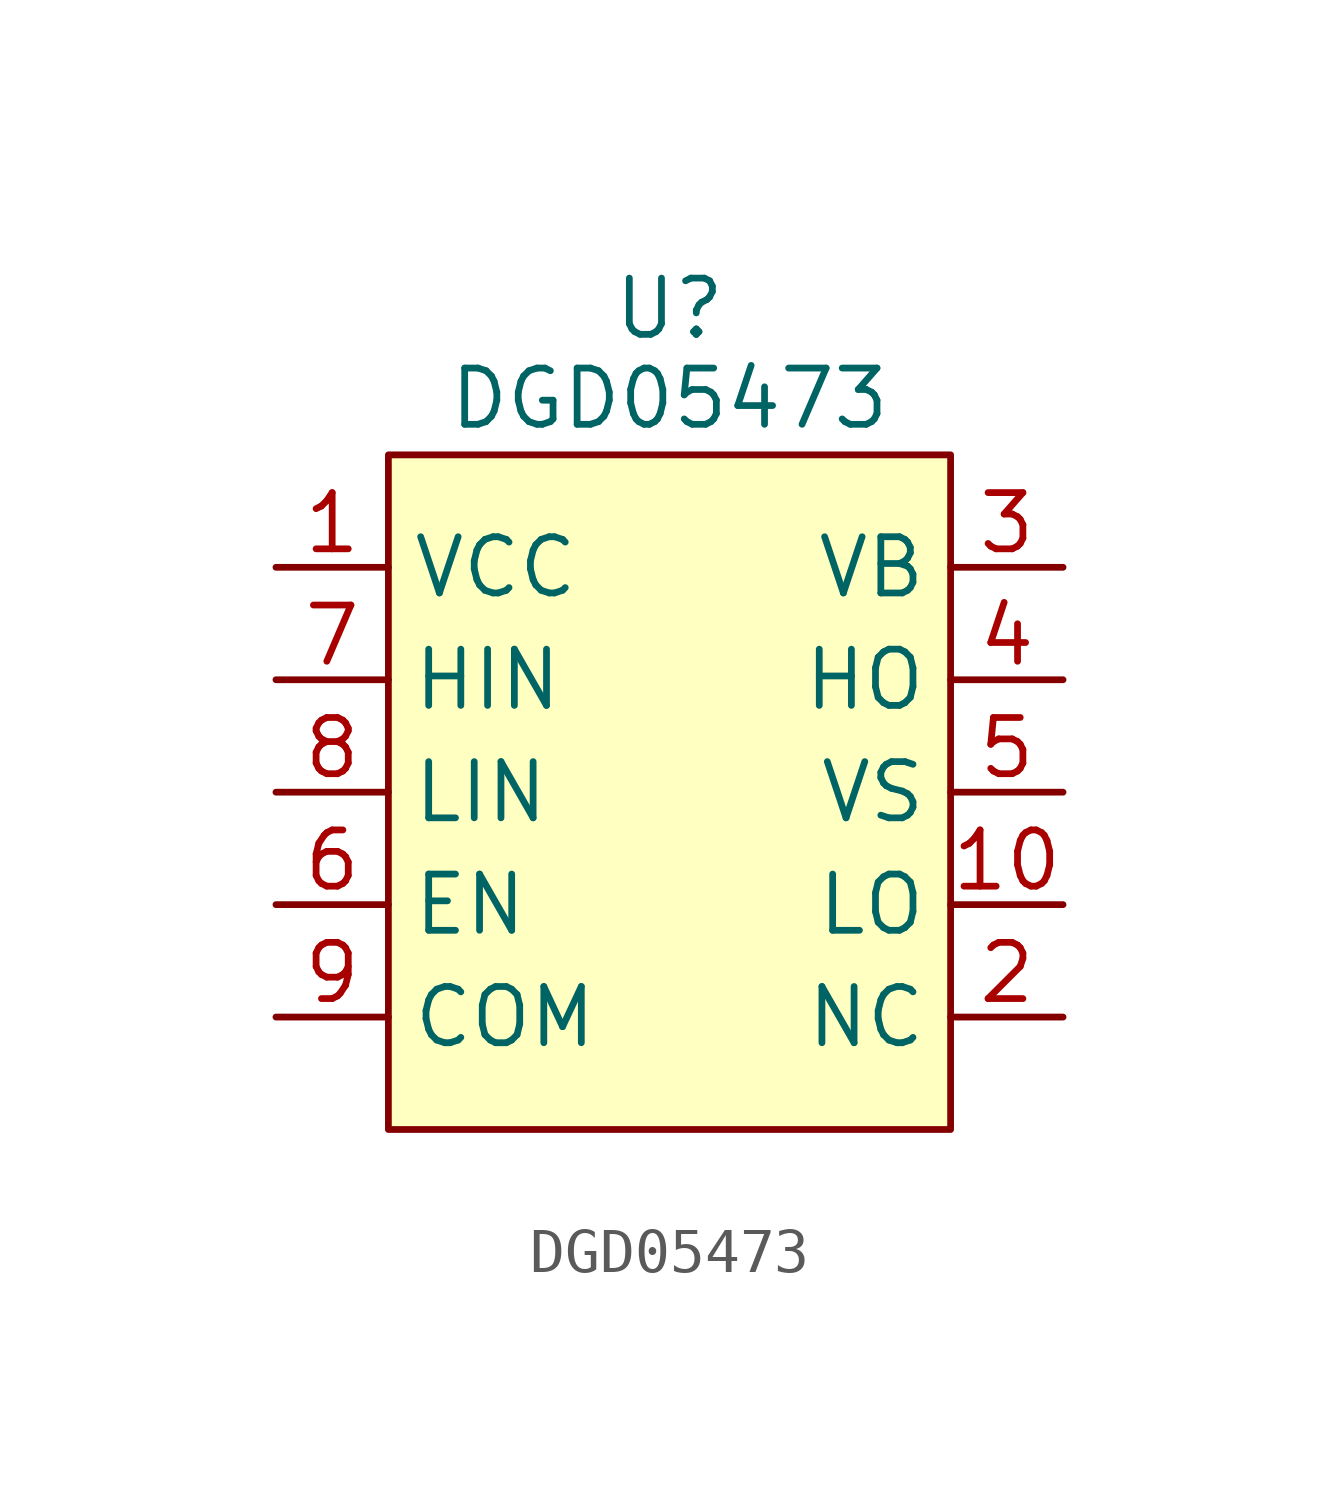
<source format=kicad_sym>
(kicad_symbol_lib
  (version 20241209)
  (generator "kicad_symbol_editor")
  (generator_version "9.0")
  (symbol "DGD05473"
    (property "Reference" "U"
      (at 0 10.922 0)
      (effects (font (size 1.27 1.27))))
    (property "Value" "DGD05473"
      (at 0 8.89 0)
      (effects (font (size 1.27 1.27))))
    (symbol "DGD05473_1_1"
      (rectangle (start -6.35 7.62) (end 6.35 -7.62) (stroke (width 0) (type solid)) (fill (type background)))
      (pin passive line (at -8.89 5.08 0) (length 2.54) (name "VCC" (effects (font (size 1.27 1.27)))) (number "1" (effects (font (size 1.27 1.27)))))
      (pin passive line (at -8.89 2.54 0) (length 2.54) (name "HIN" (effects (font (size 1.27 1.27)))) (number "7" (effects (font (size 1.27 1.27)))))
      (pin passive line (at -8.89 0 0) (length 2.54) (name "LIN" (effects (font (size 1.27 1.27)))) (number "8" (effects (font (size 1.27 1.27)))))
      (pin passive line (at -8.89 -2.54 0) (length 2.54) (name "EN" (effects (font (size 1.27 1.27)))) (number "6" (effects (font (size 1.27 1.27)))))
      (pin passive line (at -8.89 -5.08 0) (length 2.54) (name "COM" (effects (font (size 1.27 1.27)))) (number "9" (effects (font (size 1.27 1.27)))))
      (pin passive line (at 8.89 5.08 180) (length 2.54) (name "VB" (effects (font (size 1.27 1.27)))) (number "3" (effects (font (size 1.27 1.27)))))
      (pin passive line (at 8.89 2.54 180) (length 2.54) (name "HO" (effects (font (size 1.27 1.27)))) (number "4" (effects (font (size 1.27 1.27)))))
      (pin passive line (at 8.89 0 180) (length 2.54) (name "VS" (effects (font (size 1.27 1.27)))) (number "5" (effects (font (size 1.27 1.27)))))
      (pin passive line (at 8.89 -2.54 180) (length 2.54) (name "LO" (effects (font (size 1.27 1.27)))) (number "10" (effects (font (size 1.27 1.27)))))
      (pin passive line (at 8.89 -5.08 180) (length 2.54) (name "NC" (effects (font (size 1.27 1.27)))) (number "2" (effects (font (size 1.27 1.27))))))))
</source>
